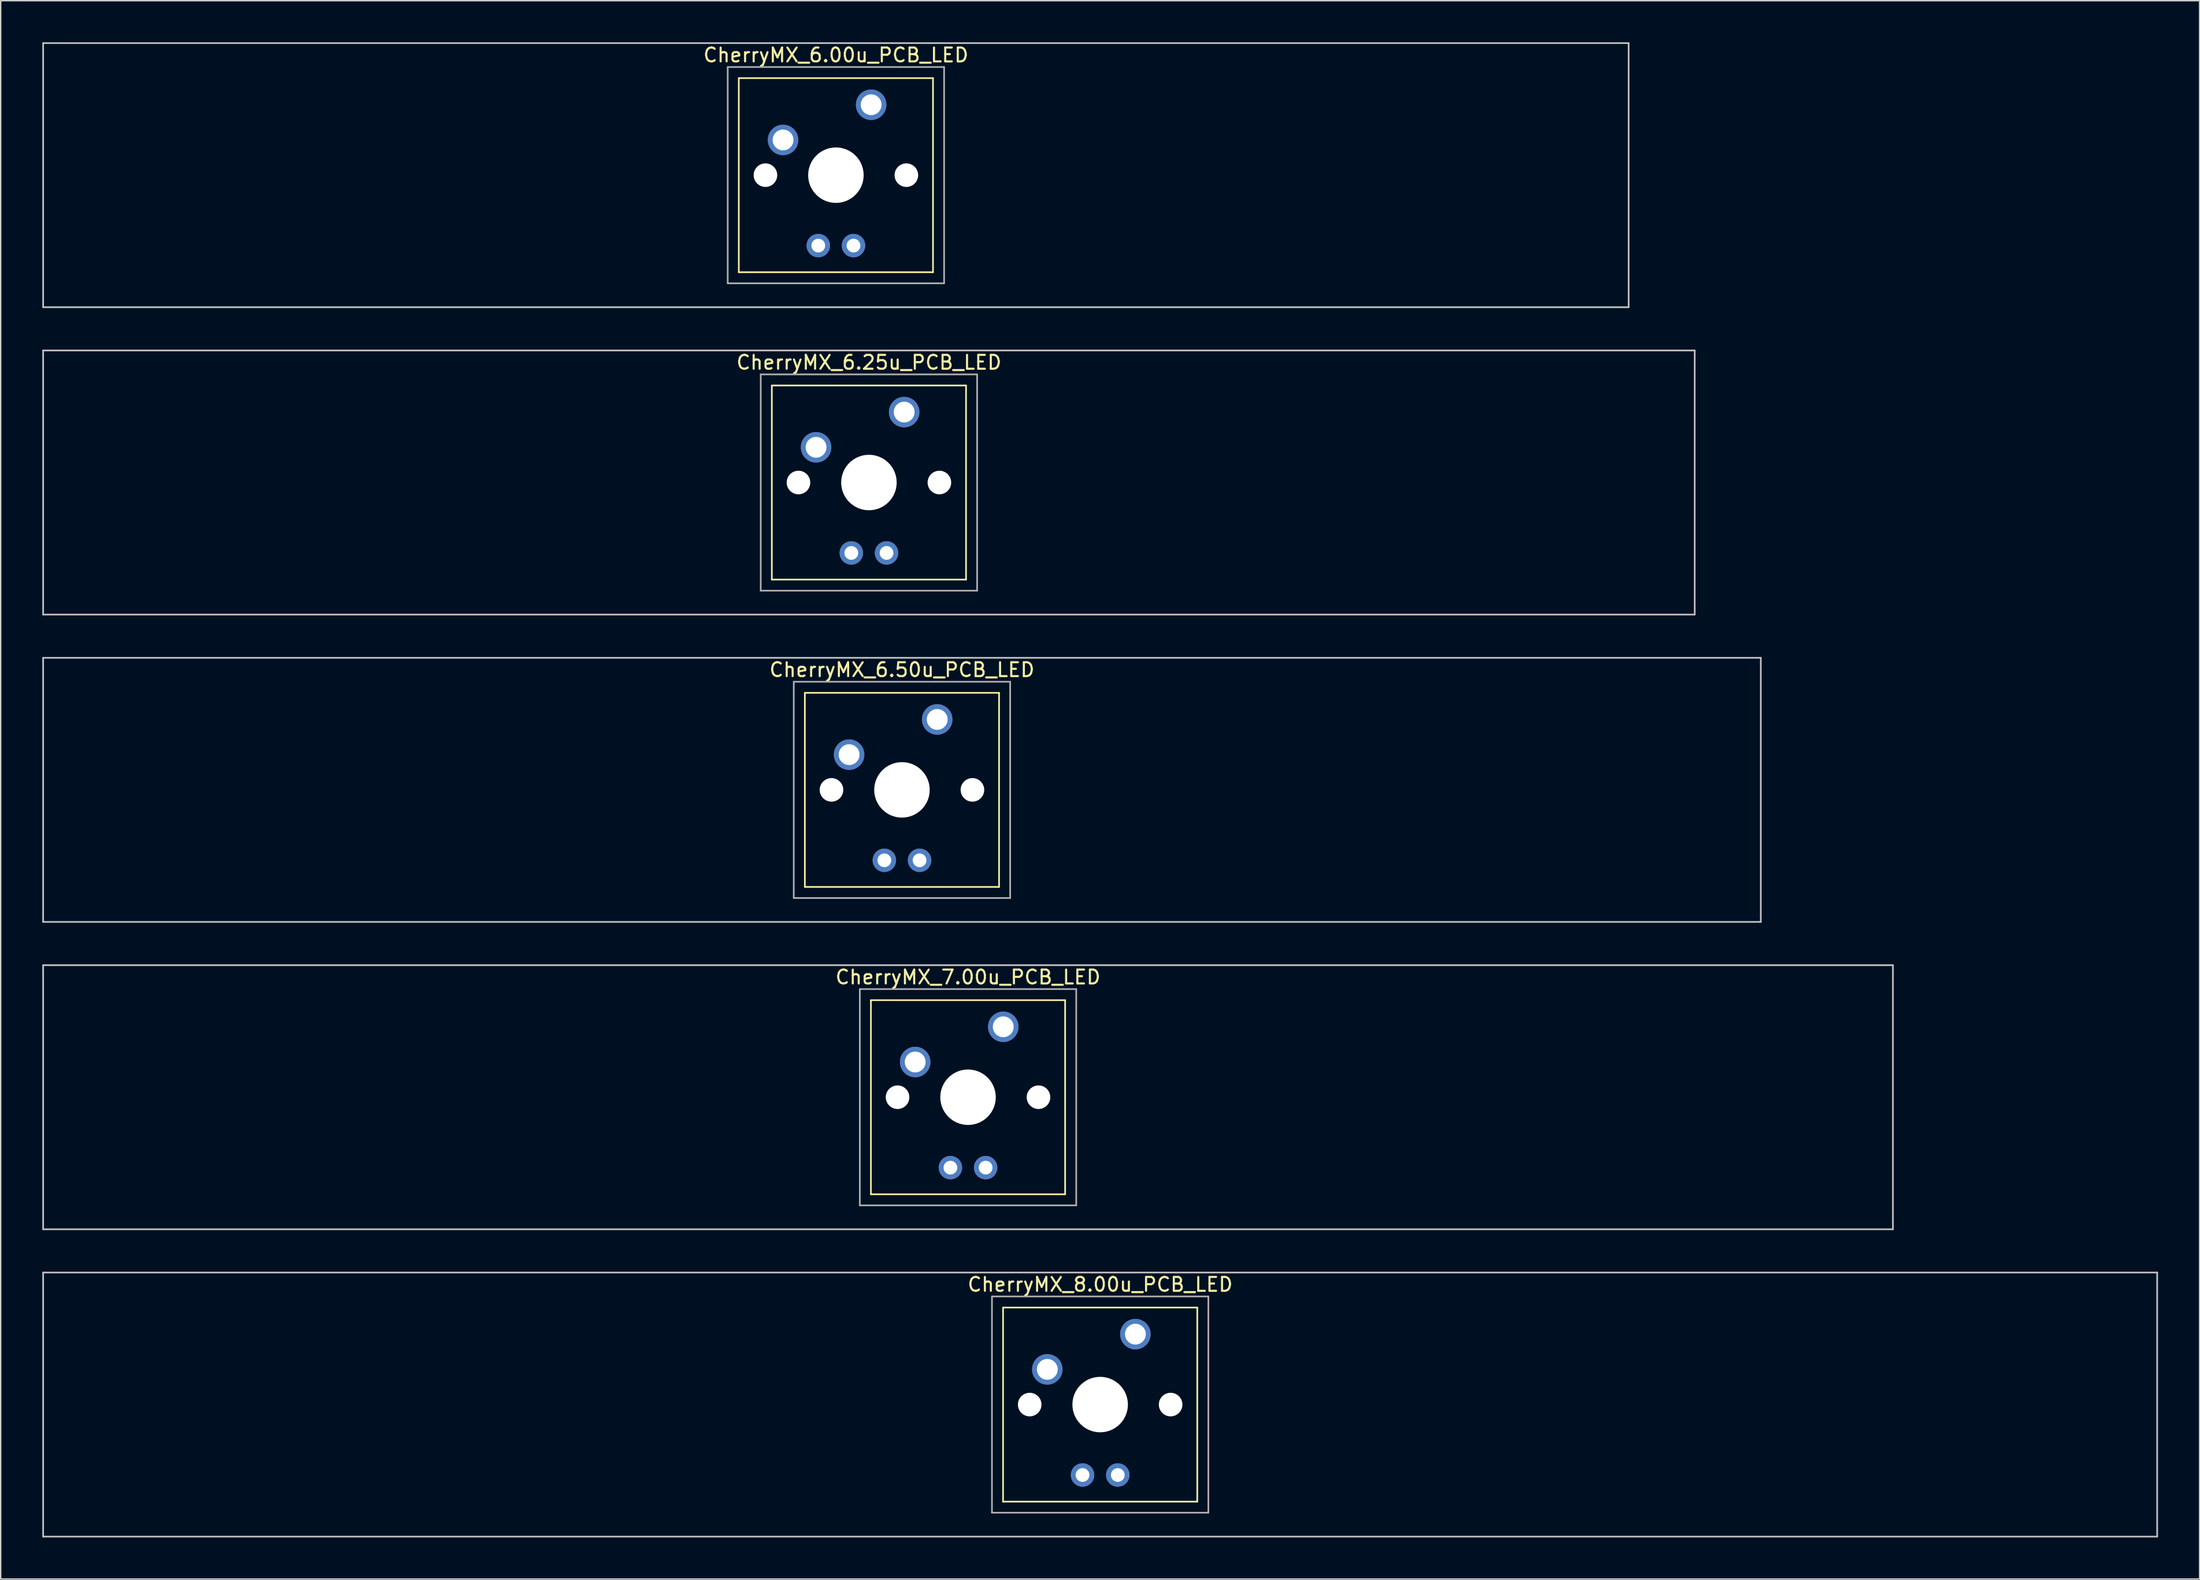
<source format=kicad_pcb>
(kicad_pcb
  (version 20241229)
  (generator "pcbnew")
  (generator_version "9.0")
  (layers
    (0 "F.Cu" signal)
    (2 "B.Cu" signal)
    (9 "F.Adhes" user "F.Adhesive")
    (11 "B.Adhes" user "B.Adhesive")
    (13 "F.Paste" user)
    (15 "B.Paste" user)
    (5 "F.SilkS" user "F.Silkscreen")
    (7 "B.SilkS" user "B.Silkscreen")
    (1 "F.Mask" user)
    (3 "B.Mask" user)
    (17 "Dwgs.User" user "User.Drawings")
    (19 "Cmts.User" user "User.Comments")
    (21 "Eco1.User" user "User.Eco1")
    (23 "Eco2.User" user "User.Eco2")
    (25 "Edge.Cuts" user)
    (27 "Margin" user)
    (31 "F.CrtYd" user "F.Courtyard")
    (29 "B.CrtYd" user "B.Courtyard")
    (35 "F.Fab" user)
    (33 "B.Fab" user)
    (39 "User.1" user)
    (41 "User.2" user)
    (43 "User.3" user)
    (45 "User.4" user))
  (footprint "CherryMX_7.00u_PCB_LED"
    (layer "F.Cu")
    (at 66.735 76.095)
    (property "Reference" "CherryMX_7.00u_PCB_LED" (at 0 -8.662 0) (layer "F.SilkS") (effects (font (size 1 1) (thickness 0.15))))
    (attr through_hole)
    (fp_line (start -7 -7) (end -7 7) (stroke (width 0.12) (type solid)) (layer "F.SilkS"))
    (fp_line (start -7 -7) (end 7 -7) (stroke (width 0.12) (type solid)) (layer "F.SilkS"))
    (fp_line (start 7 -7) (end 7 7) (stroke (width 0.12) (type solid)) (layer "F.SilkS"))
    (fp_line (start 7 7) (end -7 7) (stroke (width 0.12) (type solid)) (layer "F.SilkS"))
    (fp_line (start -66.675 -9.525) (end 66.675 -9.525) (stroke (width 0.12) (type solid)) (layer "Dwgs.User"))
    (fp_line (start -66.675 9.525) (end -66.675 -9.525) (stroke (width 0.12) (type solid)) (layer "Dwgs.User"))
    (fp_line (start 66.675 -9.525) (end 66.675 9.525) (stroke (width 0.12) (type solid)) (layer "Dwgs.User"))
    (fp_line (start 66.675 9.525) (end -66.675 9.525) (stroke (width 0.12) (type solid)) (layer "Dwgs.User"))
    (fp_line (start -7.8 -7.8) (end -7.8 7.8) (stroke (width 0.12) (type solid)) (layer "F.Fab"))
    (fp_line (start -7.8 -7.8) (end 7.8 -7.8) (stroke (width 0.12) (type solid)) (layer "F.Fab"))
    (fp_line (start -7.8 7.8) (end 7.8 7.8) (stroke (width 0.12) (type solid)) (layer "F.Fab"))
    (fp_line (start 7.8 -7.8) (end 7.8 7.8) (stroke (width 0.12) (type solid)) (layer "F.Fab"))
    (pad "" np_thru_hole circle (at -5.08 0) (size 1.7 1.7) (drill 1.7) (layers "*.Cu" "*.Mask"))
    (pad "" np_thru_hole circle (at 0 0) (size 4 4) (drill 4) (layers "*.Cu" "*.Mask"))
    (pad "" np_thru_hole circle (at 5.08 0) (size 1.7 1.7) (drill 1.7) (layers "*.Cu" "*.Mask"))
    (pad "1" thru_hole circle (at -3.81 -2.54) (size 2.2 2.2) (drill 1.5) (layers "*.Cu" "*.Mask"))
    (pad "2" thru_hole circle (at 2.54 -5.08) (size 2.2 2.2) (drill 1.5) (layers "*.Cu" "*.Mask"))
    (pad "3" thru_hole circle (at -1.27 5.08) (size 1.691 1.691) (drill 0.991) (layers "*.Cu" "*.Mask"))
    (pad "4" thru_hole circle (at 1.27 5.08) (size 1.691 1.691) (drill 0.991) (layers "*.Cu" "*.Mask")))
  (footprint "CherryMX_6.25u_PCB_LED"
    (layer "F.Cu")
    (at 59.591 31.755)
    (property "Reference" "CherryMX_6.25u_PCB_LED" (at 0 -8.662 0) (layer "F.SilkS") (effects (font (size 1 1) (thickness 0.15))))
    (attr through_hole)
    (fp_line (start -7 -7) (end -7 7) (stroke (width 0.12) (type solid)) (layer "F.SilkS"))
    (fp_line (start -7 -7) (end 7 -7) (stroke (width 0.12) (type solid)) (layer "F.SilkS"))
    (fp_line (start 7 -7) (end 7 7) (stroke (width 0.12) (type solid)) (layer "F.SilkS"))
    (fp_line (start 7 7) (end -7 7) (stroke (width 0.12) (type solid)) (layer "F.SilkS"))
    (fp_line (start -59.531 -9.525) (end 59.531 -9.525) (stroke (width 0.12) (type solid)) (layer "Dwgs.User"))
    (fp_line (start -59.531 9.525) (end -59.531 -9.525) (stroke (width 0.12) (type solid)) (layer "Dwgs.User"))
    (fp_line (start 59.531 -9.525) (end 59.531 9.525) (stroke (width 0.12) (type solid)) (layer "Dwgs.User"))
    (fp_line (start 59.531 9.525) (end -59.531 9.525) (stroke (width 0.12) (type solid)) (layer "Dwgs.User"))
    (fp_line (start -7.8 -7.8) (end -7.8 7.8) (stroke (width 0.12) (type solid)) (layer "F.Fab"))
    (fp_line (start -7.8 -7.8) (end 7.8 -7.8) (stroke (width 0.12) (type solid)) (layer "F.Fab"))
    (fp_line (start -7.8 7.8) (end 7.8 7.8) (stroke (width 0.12) (type solid)) (layer "F.Fab"))
    (fp_line (start 7.8 -7.8) (end 7.8 7.8) (stroke (width 0.12) (type solid)) (layer "F.Fab"))
    (pad "" np_thru_hole circle (at -5.08 0) (size 1.7 1.7) (drill 1.7) (layers "*.Cu" "*.Mask"))
    (pad "" np_thru_hole circle (at 0 0) (size 4 4) (drill 4) (layers "*.Cu" "*.Mask"))
    (pad "" np_thru_hole circle (at 5.08 0) (size 1.7 1.7) (drill 1.7) (layers "*.Cu" "*.Mask"))
    (pad "1" thru_hole circle (at -3.81 -2.54) (size 2.2 2.2) (drill 1.5) (layers "*.Cu" "*.Mask"))
    (pad "2" thru_hole circle (at 2.54 -5.08) (size 2.2 2.2) (drill 1.5) (layers "*.Cu" "*.Mask"))
    (pad "3" thru_hole circle (at -1.27 5.08) (size 1.691 1.691) (drill 0.991) (layers "*.Cu" "*.Mask"))
    (pad "4" thru_hole circle (at 1.27 5.08) (size 1.691 1.691) (drill 0.991) (layers "*.Cu" "*.Mask")))
  (footprint "CherryMX_6.50u_PCB_LED"
    (layer "F.Cu")
    (at 61.972 53.925)
    (property "Reference" "CherryMX_6.50u_PCB_LED" (at 0 -8.662 0) (layer "F.SilkS") (effects (font (size 1 1) (thickness 0.15))))
    (attr through_hole)
    (fp_line (start -7 -7) (end -7 7) (stroke (width 0.12) (type solid)) (layer "F.SilkS"))
    (fp_line (start -7 -7) (end 7 -7) (stroke (width 0.12) (type solid)) (layer "F.SilkS"))
    (fp_line (start 7 -7) (end 7 7) (stroke (width 0.12) (type solid)) (layer "F.SilkS"))
    (fp_line (start 7 7) (end -7 7) (stroke (width 0.12) (type solid)) (layer "F.SilkS"))
    (fp_line (start -61.913 -9.525) (end 61.913 -9.525) (stroke (width 0.12) (type solid)) (layer "Dwgs.User"))
    (fp_line (start -61.913 9.525) (end -61.913 -9.525) (stroke (width 0.12) (type solid)) (layer "Dwgs.User"))
    (fp_line (start 61.913 -9.525) (end 61.913 9.525) (stroke (width 0.12) (type solid)) (layer "Dwgs.User"))
    (fp_line (start 61.913 9.525) (end -61.913 9.525) (stroke (width 0.12) (type solid)) (layer "Dwgs.User"))
    (fp_line (start -7.8 -7.8) (end -7.8 7.8) (stroke (width 0.12) (type solid)) (layer "F.Fab"))
    (fp_line (start -7.8 -7.8) (end 7.8 -7.8) (stroke (width 0.12) (type solid)) (layer "F.Fab"))
    (fp_line (start -7.8 7.8) (end 7.8 7.8) (stroke (width 0.12) (type solid)) (layer "F.Fab"))
    (fp_line (start 7.8 -7.8) (end 7.8 7.8) (stroke (width 0.12) (type solid)) (layer "F.Fab"))
    (pad "" np_thru_hole circle (at -5.08 0) (size 1.7 1.7) (drill 1.7) (layers "*.Cu" "*.Mask"))
    (pad "" np_thru_hole circle (at 0 0) (size 4 4) (drill 4) (layers "*.Cu" "*.Mask"))
    (pad "" np_thru_hole circle (at 5.08 0) (size 1.7 1.7) (drill 1.7) (layers "*.Cu" "*.Mask"))
    (pad "1" thru_hole circle (at -3.81 -2.54) (size 2.2 2.2) (drill 1.5) (layers "*.Cu" "*.Mask"))
    (pad "2" thru_hole circle (at 2.54 -5.08) (size 2.2 2.2) (drill 1.5) (layers "*.Cu" "*.Mask"))
    (pad "3" thru_hole circle (at -1.27 5.08) (size 1.691 1.691) (drill 0.991) (layers "*.Cu" "*.Mask"))
    (pad "4" thru_hole circle (at 1.27 5.08) (size 1.691 1.691) (drill 0.991) (layers "*.Cu" "*.Mask")))
  (footprint "CherryMX_6.00u_PCB_LED"
    (layer "F.Cu")
    (at 57.21 9.585)
    (property "Reference" "CherryMX_6.00u_PCB_LED" (at 0 -8.662 0) (layer "F.SilkS") (effects (font (size 1 1) (thickness 0.15))))
    (attr through_hole)
    (fp_line (start -7 -7) (end -7 7) (stroke (width 0.12) (type solid)) (layer "F.SilkS"))
    (fp_line (start -7 -7) (end 7 -7) (stroke (width 0.12) (type solid)) (layer "F.SilkS"))
    (fp_line (start 7 -7) (end 7 7) (stroke (width 0.12) (type solid)) (layer "F.SilkS"))
    (fp_line (start 7 7) (end -7 7) (stroke (width 0.12) (type solid)) (layer "F.SilkS"))
    (fp_line (start -57.15 -9.525) (end 57.15 -9.525) (stroke (width 0.12) (type solid)) (layer "Dwgs.User"))
    (fp_line (start -57.15 9.525) (end -57.15 -9.525) (stroke (width 0.12) (type solid)) (layer "Dwgs.User"))
    (fp_line (start 57.15 -9.525) (end 57.15 9.525) (stroke (width 0.12) (type solid)) (layer "Dwgs.User"))
    (fp_line (start 57.15 9.525) (end -57.15 9.525) (stroke (width 0.12) (type solid)) (layer "Dwgs.User"))
    (fp_line (start -7.8 -7.8) (end -7.8 7.8) (stroke (width 0.12) (type solid)) (layer "F.Fab"))
    (fp_line (start -7.8 -7.8) (end 7.8 -7.8) (stroke (width 0.12) (type solid)) (layer "F.Fab"))
    (fp_line (start -7.8 7.8) (end 7.8 7.8) (stroke (width 0.12) (type solid)) (layer "F.Fab"))
    (fp_line (start 7.8 -7.8) (end 7.8 7.8) (stroke (width 0.12) (type solid)) (layer "F.Fab"))
    (pad "" np_thru_hole circle (at -5.08 0) (size 1.7 1.7) (drill 1.7) (layers "*.Cu" "*.Mask"))
    (pad "" np_thru_hole circle (at 0 0) (size 4 4) (drill 4) (layers "*.Cu" "*.Mask"))
    (pad "" np_thru_hole circle (at 5.08 0) (size 1.7 1.7) (drill 1.7) (layers "*.Cu" "*.Mask"))
    (pad "1" thru_hole circle (at -3.81 -2.54) (size 2.2 2.2) (drill 1.5) (layers "*.Cu" "*.Mask"))
    (pad "2" thru_hole circle (at 2.54 -5.08) (size 2.2 2.2) (drill 1.5) (layers "*.Cu" "*.Mask"))
    (pad "3" thru_hole circle (at -1.27 5.08) (size 1.691 1.691) (drill 0.991) (layers "*.Cu" "*.Mask"))
    (pad "4" thru_hole circle (at 1.27 5.08) (size 1.691 1.691) (drill 0.991) (layers "*.Cu" "*.Mask")))
  (footprint "CherryMX_8.00u_PCB_LED"
    (layer "F.Cu")
    (at 76.26 98.265)
    (property "Reference" "CherryMX_8.00u_PCB_LED" (at 0 -8.662 0) (layer "F.SilkS") (effects (font (size 1 1) (thickness 0.15))))
    (attr through_hole)
    (fp_line (start -7 -7) (end -7 7) (stroke (width 0.12) (type solid)) (layer "F.SilkS"))
    (fp_line (start -7 -7) (end 7 -7) (stroke (width 0.12) (type solid)) (layer "F.SilkS"))
    (fp_line (start 7 -7) (end 7 7) (stroke (width 0.12) (type solid)) (layer "F.SilkS"))
    (fp_line (start 7 7) (end -7 7) (stroke (width 0.12) (type solid)) (layer "F.SilkS"))
    (fp_line (start -76.2 -9.525) (end 76.2 -9.525) (stroke (width 0.12) (type solid)) (layer "Dwgs.User"))
    (fp_line (start -76.2 9.525) (end -76.2 -9.525) (stroke (width 0.12) (type solid)) (layer "Dwgs.User"))
    (fp_line (start 76.2 -9.525) (end 76.2 9.525) (stroke (width 0.12) (type solid)) (layer "Dwgs.User"))
    (fp_line (start 76.2 9.525) (end -76.2 9.525) (stroke (width 0.12) (type solid)) (layer "Dwgs.User"))
    (fp_line (start -7.8 -7.8) (end -7.8 7.8) (stroke (width 0.12) (type solid)) (layer "F.Fab"))
    (fp_line (start -7.8 -7.8) (end 7.8 -7.8) (stroke (width 0.12) (type solid)) (layer "F.Fab"))
    (fp_line (start -7.8 7.8) (end 7.8 7.8) (stroke (width 0.12) (type solid)) (layer "F.Fab"))
    (fp_line (start 7.8 -7.8) (end 7.8 7.8) (stroke (width 0.12) (type solid)) (layer "F.Fab"))
    (pad "" np_thru_hole circle (at -5.08 0) (size 1.7 1.7) (drill 1.7) (layers "*.Cu" "*.Mask"))
    (pad "" np_thru_hole circle (at 0 0) (size 4 4) (drill 4) (layers "*.Cu" "*.Mask"))
    (pad "" np_thru_hole circle (at 5.08 0) (size 1.7 1.7) (drill 1.7) (layers "*.Cu" "*.Mask"))
    (pad "1" thru_hole circle (at -3.81 -2.54) (size 2.2 2.2) (drill 1.5) (layers "*.Cu" "*.Mask"))
    (pad "2" thru_hole circle (at 2.54 -5.08) (size 2.2 2.2) (drill 1.5) (layers "*.Cu" "*.Mask"))
    (pad "3" thru_hole circle (at -1.27 5.08) (size 1.691 1.691) (drill 0.991) (layers "*.Cu" "*.Mask"))
    (pad "4" thru_hole circle (at 1.27 5.08) (size 1.691 1.691) (drill 0.991) (layers "*.Cu" "*.Mask")))
  (gr_rect
    (start -3 -3)
    (end 155.52 110.85)
    (stroke (width 0.1) (type default))
    (fill no)
    (layer "Edge.Cuts")))
</source>
